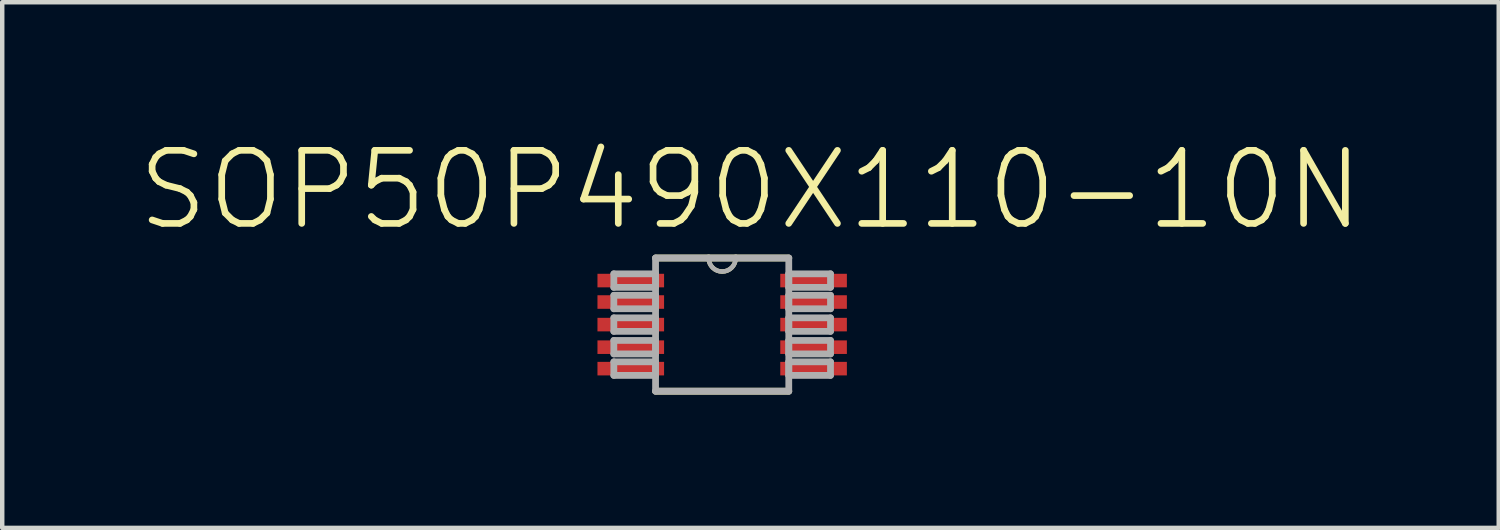
<source format=kicad_pcb>
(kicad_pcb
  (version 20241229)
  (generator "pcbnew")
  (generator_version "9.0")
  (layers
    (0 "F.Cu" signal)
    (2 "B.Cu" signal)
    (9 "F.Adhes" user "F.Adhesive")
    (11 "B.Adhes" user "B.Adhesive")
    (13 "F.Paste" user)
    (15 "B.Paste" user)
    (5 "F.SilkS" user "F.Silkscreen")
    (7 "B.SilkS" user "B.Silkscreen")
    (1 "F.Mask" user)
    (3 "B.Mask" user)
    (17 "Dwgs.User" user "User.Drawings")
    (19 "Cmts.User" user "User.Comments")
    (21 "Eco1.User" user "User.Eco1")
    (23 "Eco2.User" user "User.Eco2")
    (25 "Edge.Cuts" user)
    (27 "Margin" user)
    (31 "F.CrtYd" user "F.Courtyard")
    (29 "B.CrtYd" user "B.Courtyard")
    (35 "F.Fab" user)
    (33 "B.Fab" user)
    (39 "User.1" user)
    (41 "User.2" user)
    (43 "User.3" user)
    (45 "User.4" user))
  (footprint "SOP50P490X110-10N"
    (layer "F.Cu")
    (at 13.202 4.255)
    (property "Reference" "SOP50P490X110-10N" (at 0.637 -3.03 0) (layer "F.SilkS") (effects (font (size 1.644 1.644) (thickness 0.15))))
    (attr smd)
    (fp_line (start -1.499 1.499) (end 1.499 1.499) (stroke (width 0.152) (type solid)) (layer "F.SilkS"))
    (fp_line (start -0.305 -1.499) (end -1.499 -1.499) (stroke (width 0.152) (type solid)) (layer "F.SilkS"))
    (fp_line (start 0.305 -1.499) (end -0.305 -1.499) (stroke (width 0.152) (type solid)) (layer "F.SilkS"))
    (fp_line (start 1.499 -1.499) (end 0.305 -1.499) (stroke (width 0.152) (type solid)) (layer "F.SilkS"))
    (fp_arc (start 0.3048 -1.4986) (mid 0 -1.1938) (end -0.3048 -1.4986) (stroke (width 0.1) (type solid)) (layer "F.SilkS"))
    (fp_line (start -2.438 -1.143) (end -2.438 -0.838) (stroke (width 0.152) (type solid)) (layer "F.Fab"))
    (fp_line (start -2.438 -0.838) (end -1.499 -0.838) (stroke (width 0.152) (type solid)) (layer "F.Fab"))
    (fp_line (start -2.438 -0.66) (end -2.438 -0.356) (stroke (width 0.152) (type solid)) (layer "F.Fab"))
    (fp_line (start -2.438 -0.356) (end -1.499 -0.356) (stroke (width 0.152) (type solid)) (layer "F.Fab"))
    (fp_line (start -2.438 -0.152) (end -2.438 0.152) (stroke (width 0.152) (type solid)) (layer "F.Fab"))
    (fp_line (start -2.438 0.152) (end -1.499 0.152) (stroke (width 0.152) (type solid)) (layer "F.Fab"))
    (fp_line (start -2.438 0.356) (end -2.438 0.66) (stroke (width 0.152) (type solid)) (layer "F.Fab"))
    (fp_line (start -2.438 0.66) (end -1.499 0.66) (stroke (width 0.152) (type solid)) (layer "F.Fab"))
    (fp_line (start -2.438 0.838) (end -2.438 1.143) (stroke (width 0.152) (type solid)) (layer "F.Fab"))
    (fp_line (start -2.438 1.143) (end -1.499 1.143) (stroke (width 0.152) (type solid)) (layer "F.Fab"))
    (fp_line (start -1.499 -1.499) (end -1.499 1.499) (stroke (width 0.152) (type solid)) (layer "F.Fab"))
    (fp_line (start -1.499 -1.143) (end -2.438 -1.143) (stroke (width 0.152) (type solid)) (layer "F.Fab"))
    (fp_line (start -1.499 -0.838) (end -1.499 -1.143) (stroke (width 0.152) (type solid)) (layer "F.Fab"))
    (fp_line (start -1.499 -0.66) (end -2.438 -0.66) (stroke (width 0.152) (type solid)) (layer "F.Fab"))
    (fp_line (start -1.499 -0.356) (end -1.499 -0.66) (stroke (width 0.152) (type solid)) (layer "F.Fab"))
    (fp_line (start -1.499 -0.152) (end -2.438 -0.152) (stroke (width 0.152) (type solid)) (layer "F.Fab"))
    (fp_line (start -1.499 0.152) (end -1.499 -0.152) (stroke (width 0.152) (type solid)) (layer "F.Fab"))
    (fp_line (start -1.499 0.356) (end -2.438 0.356) (stroke (width 0.152) (type solid)) (layer "F.Fab"))
    (fp_line (start -1.499 0.66) (end -1.499 0.356) (stroke (width 0.152) (type solid)) (layer "F.Fab"))
    (fp_line (start -1.499 0.838) (end -2.438 0.838) (stroke (width 0.152) (type solid)) (layer "F.Fab"))
    (fp_line (start -1.499 1.143) (end -1.499 0.838) (stroke (width 0.152) (type solid)) (layer "F.Fab"))
    (fp_line (start -1.499 1.499) (end 1.499 1.499) (stroke (width 0.152) (type solid)) (layer "F.Fab"))
    (fp_line (start -0.305 -1.499) (end -1.499 -1.499) (stroke (width 0.152) (type solid)) (layer "F.Fab"))
    (fp_line (start 0.305 -1.499) (end -0.305 -1.499) (stroke (width 0.152) (type solid)) (layer "F.Fab"))
    (fp_line (start 1.499 -1.499) (end 0.305 -1.499) (stroke (width 0.152) (type solid)) (layer "F.Fab"))
    (fp_line (start 1.499 -1.143) (end 1.499 -0.838) (stroke (width 0.152) (type solid)) (layer "F.Fab"))
    (fp_line (start 1.499 -0.838) (end 2.438 -0.838) (stroke (width 0.152) (type solid)) (layer "F.Fab"))
    (fp_line (start 1.499 -0.66) (end 1.499 -0.356) (stroke (width 0.152) (type solid)) (layer "F.Fab"))
    (fp_line (start 1.499 -0.356) (end 2.438 -0.356) (stroke (width 0.152) (type solid)) (layer "F.Fab"))
    (fp_line (start 1.499 -0.152) (end 1.499 0.152) (stroke (width 0.152) (type solid)) (layer "F.Fab"))
    (fp_line (start 1.499 0.152) (end 2.438 0.152) (stroke (width 0.152) (type solid)) (layer "F.Fab"))
    (fp_line (start 1.499 0.356) (end 1.499 0.66) (stroke (width 0.152) (type solid)) (layer "F.Fab"))
    (fp_line (start 1.499 0.66) (end 2.438 0.66) (stroke (width 0.152) (type solid)) (layer "F.Fab"))
    (fp_line (start 1.499 0.838) (end 1.499 1.143) (stroke (width 0.152) (type solid)) (layer "F.Fab"))
    (fp_line (start 1.499 1.143) (end 2.438 1.143) (stroke (width 0.152) (type solid)) (layer "F.Fab"))
    (fp_line (start 1.499 1.499) (end 1.499 -1.499) (stroke (width 0.152) (type solid)) (layer "F.Fab"))
    (fp_line (start 2.438 -1.143) (end 1.499 -1.143) (stroke (width 0.152) (type solid)) (layer "F.Fab"))
    (fp_line (start 2.438 -0.838) (end 2.438 -1.143) (stroke (width 0.152) (type solid)) (layer "F.Fab"))
    (fp_line (start 2.438 -0.66) (end 1.499 -0.66) (stroke (width 0.152) (type solid)) (layer "F.Fab"))
    (fp_line (start 2.438 -0.356) (end 2.438 -0.66) (stroke (width 0.152) (type solid)) (layer "F.Fab"))
    (fp_line (start 2.438 -0.152) (end 1.499 -0.152) (stroke (width 0.152) (type solid)) (layer "F.Fab"))
    (fp_line (start 2.438 0.152) (end 2.438 -0.152) (stroke (width 0.152) (type solid)) (layer "F.Fab"))
    (fp_line (start 2.438 0.356) (end 1.499 0.356) (stroke (width 0.152) (type solid)) (layer "F.Fab"))
    (fp_line (start 2.438 0.66) (end 2.438 0.356) (stroke (width 0.152) (type solid)) (layer "F.Fab"))
    (fp_line (start 2.438 0.838) (end 1.499 0.838) (stroke (width 0.152) (type solid)) (layer "F.Fab"))
    (fp_line (start 2.438 1.143) (end 2.438 0.838) (stroke (width 0.152) (type solid)) (layer "F.Fab"))
    (fp_arc (start 0.3048 -1.4986) (mid 0 -1.1938) (end -0.3048 -1.4986) (stroke (width 0.1) (type solid)) (layer "F.Fab"))
    (pad "1" smd rect (at -2.057 -0.991) (size 1.499 0.305) (layers "F.Cu" "F.Mask" "F.Paste"))
    (pad "2" smd rect (at -2.057 -0.508) (size 1.499 0.305) (layers "F.Cu" "F.Mask" "F.Paste"))
    (pad "3" smd rect (at -2.057 0) (size 1.499 0.305) (layers "F.Cu" "F.Mask" "F.Paste"))
    (pad "4" smd rect (at -2.057 0.508) (size 1.499 0.305) (layers "F.Cu" "F.Mask" "F.Paste"))
    (pad "5" smd rect (at -2.057 0.991) (size 1.499 0.305) (layers "F.Cu" "F.Mask" "F.Paste"))
    (pad "6" smd rect (at 2.057 0.991) (size 1.499 0.305) (layers "F.Cu" "F.Mask" "F.Paste"))
    (pad "7" smd rect (at 2.057 0.508) (size 1.499 0.305) (layers "F.Cu" "F.Mask" "F.Paste"))
    (pad "8" smd rect (at 2.057 0) (size 1.499 0.305) (layers "F.Cu" "F.Mask" "F.Paste"))
    (pad "9" smd rect (at 2.057 -0.508) (size 1.499 0.305) (layers "F.Cu" "F.Mask" "F.Paste"))
    (pad "10" smd rect (at 2.057 -0.991) (size 1.499 0.305) (layers "F.Cu" "F.Mask" "F.Paste")))
  (gr_rect
    (start -3 -3)
    (end 30.678 8.83)
    (stroke (width 0.1) (type default))
    (fill no)
    (layer "Edge.Cuts")))
</source>
